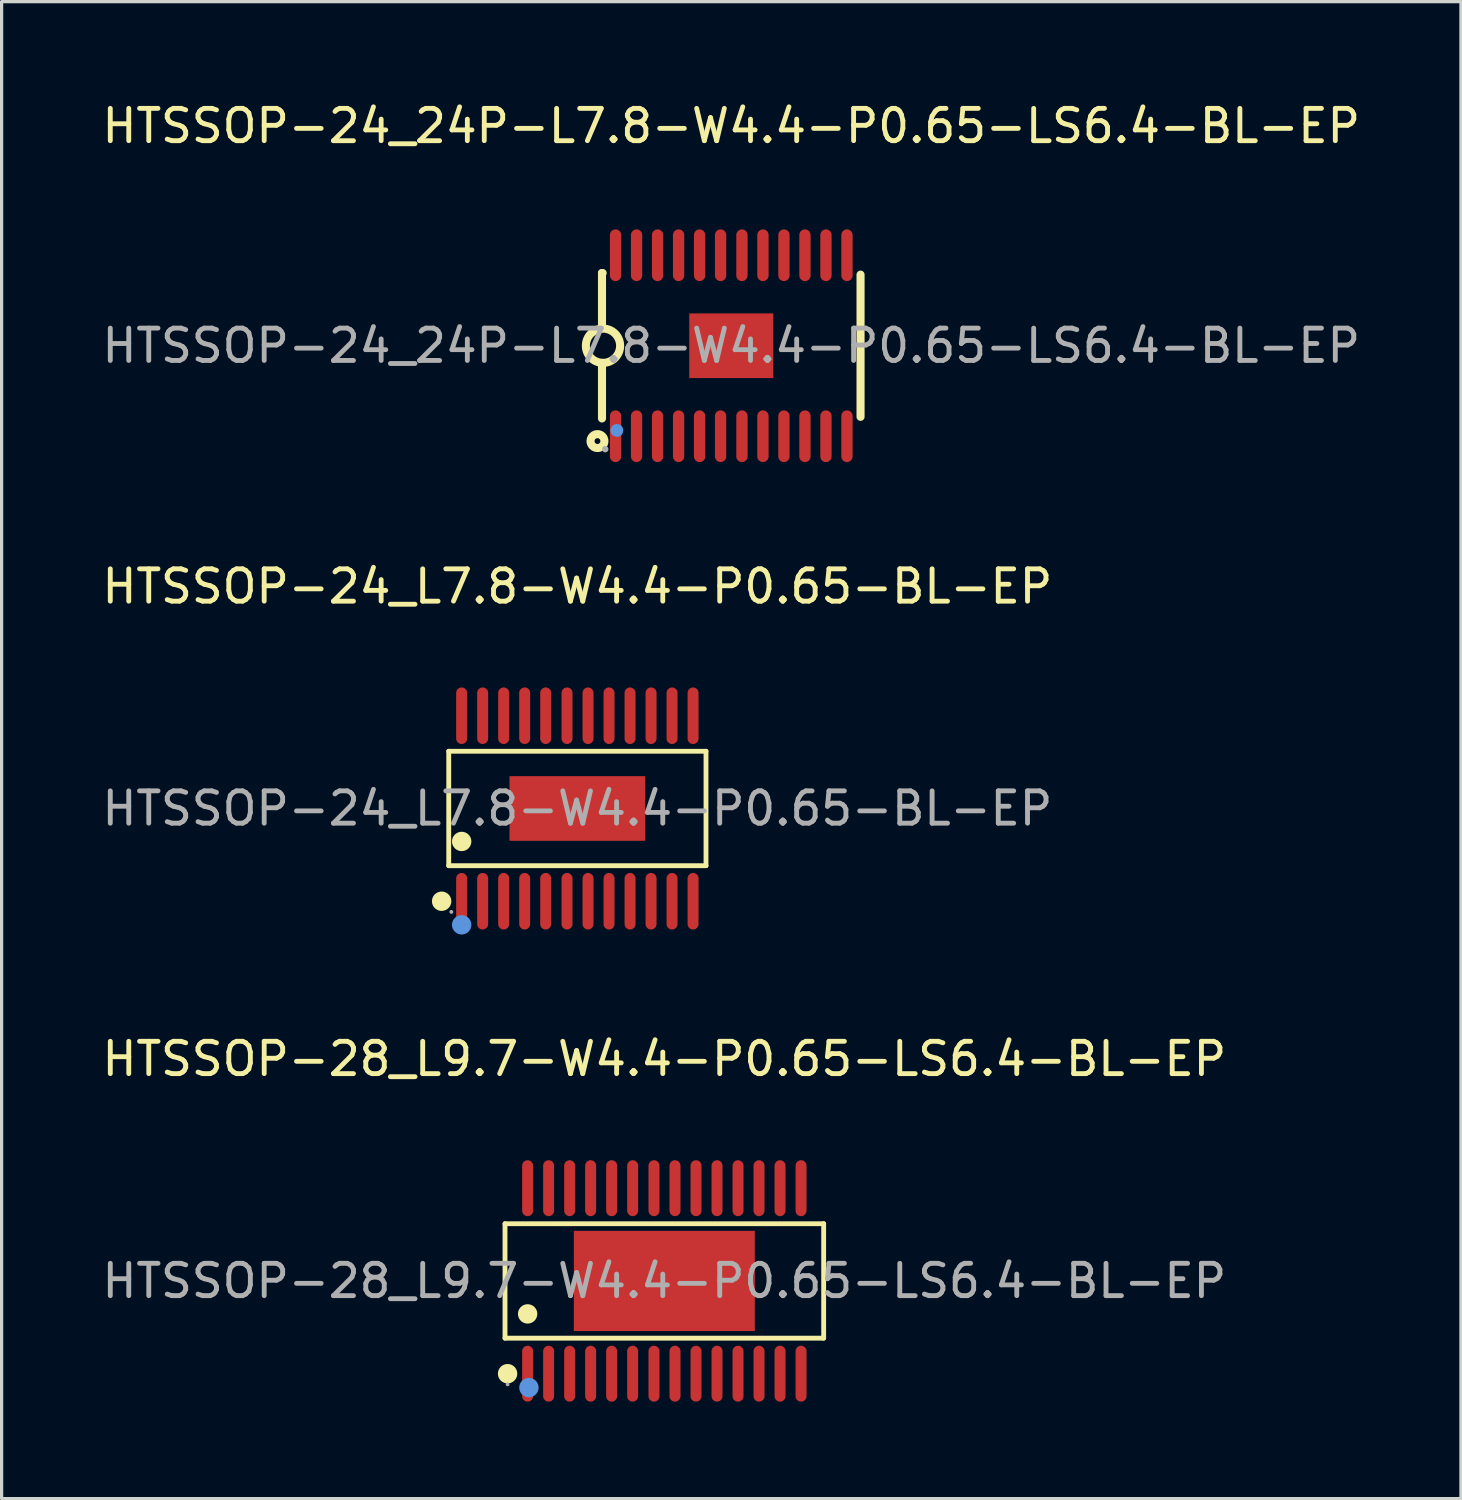
<source format=kicad_pcb>
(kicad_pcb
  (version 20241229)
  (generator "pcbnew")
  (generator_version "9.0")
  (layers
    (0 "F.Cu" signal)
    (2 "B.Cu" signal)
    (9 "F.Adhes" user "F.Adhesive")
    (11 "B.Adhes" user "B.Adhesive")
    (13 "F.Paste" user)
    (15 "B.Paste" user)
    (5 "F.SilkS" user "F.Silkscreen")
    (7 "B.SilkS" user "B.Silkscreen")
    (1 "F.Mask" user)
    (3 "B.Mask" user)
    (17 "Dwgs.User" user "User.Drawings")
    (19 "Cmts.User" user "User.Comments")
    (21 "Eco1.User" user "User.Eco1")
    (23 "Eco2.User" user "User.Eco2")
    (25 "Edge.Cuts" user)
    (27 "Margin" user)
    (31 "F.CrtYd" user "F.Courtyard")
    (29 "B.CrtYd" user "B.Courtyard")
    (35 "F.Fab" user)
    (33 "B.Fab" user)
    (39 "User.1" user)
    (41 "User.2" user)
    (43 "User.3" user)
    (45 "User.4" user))
  (footprint "HTSSOP-28_L9.7-W4.4-P0.65-LS6.4-BL-EP"
    (layer "F.Cu")
    (at 17.506 36.585)
    (property "Reference" "HTSSOP-28_L9.7-W4.4-P0.65-LS6.4-BL-EP" (at 0 -6.87 0) (layer "F.SilkS") (effects (font (size 1 1) (thickness 0.15))))
    (attr through_hole)
    (fp_line (start -4.93 -1.77) (end 4.93 -1.77) (stroke (width 0.15) (type solid)) (layer "F.SilkS"))
    (fp_line (start -4.93 1.77) (end -4.93 -1.77) (stroke (width 0.15) (type solid)) (layer "F.SilkS"))
    (fp_line (start 4.93 -1.77) (end 4.93 1.77) (stroke (width 0.15) (type solid)) (layer "F.SilkS"))
    (fp_line (start 4.93 1.77) (end -4.93 1.77) (stroke (width 0.15) (type solid)) (layer "F.SilkS"))
    (fp_circle (center -4.85 2.87) (end -4.7 2.87) (stroke (width 0.3) (type solid)) (fill no) (layer "F.SilkS"))
    (fp_circle (center -4.23 1.02) (end -4.08 1.02) (stroke (width 0.3) (type solid)) (fill no) (layer "F.SilkS"))
    (fp_circle (center -4.19 3.3) (end -4.04 3.3) (stroke (width 0.3) (type solid)) (fill no) (layer "Cmts.User"))
    (fp_circle (center -4.85 3.2) (end -4.82 3.2) (stroke (width 0.06) (type solid)) (fill no) (layer "F.Fab"))
    (fp_text user "${REFERENCE}" (at 0 0 0) (layer "F.Fab") (effects (font (size 1 1) (thickness 0.15))))
    (pad "1" smd oval (at -4.23 2.87) (size 0.34 1.73) (layers "F.Cu" "F.Mask" "F.Paste"))
    (pad "2" smd oval (at -3.58 2.87) (size 0.34 1.73) (layers "F.Cu" "F.Mask" "F.Paste"))
    (pad "3" smd oval (at -2.93 2.87) (size 0.34 1.73) (layers "F.Cu" "F.Mask" "F.Paste"))
    (pad "4" smd oval (at -2.28 2.87) (size 0.34 1.73) (layers "F.Cu" "F.Mask" "F.Paste"))
    (pad "5" smd oval (at -1.63 2.87) (size 0.34 1.73) (layers "F.Cu" "F.Mask" "F.Paste"))
    (pad "6" smd oval (at -0.98 2.87) (size 0.34 1.73) (layers "F.Cu" "F.Mask" "F.Paste"))
    (pad "7" smd oval (at -0.32 2.87) (size 0.34 1.73) (layers "F.Cu" "F.Mask" "F.Paste"))
    (pad "8" smd oval (at 0.33 2.87) (size 0.34 1.73) (layers "F.Cu" "F.Mask" "F.Paste"))
    (pad "9" smd oval (at 0.98 2.87) (size 0.34 1.73) (layers "F.Cu" "F.Mask" "F.Paste"))
    (pad "10" smd oval (at 1.63 2.87) (size 0.34 1.73) (layers "F.Cu" "F.Mask" "F.Paste"))
    (pad "11" smd oval (at 2.28 2.87) (size 0.34 1.73) (layers "F.Cu" "F.Mask" "F.Paste"))
    (pad "12" smd oval (at 2.93 2.87) (size 0.34 1.73) (layers "F.Cu" "F.Mask" "F.Paste"))
    (pad "13" smd oval (at 3.58 2.87) (size 0.34 1.73) (layers "F.Cu" "F.Mask" "F.Paste"))
    (pad "14" smd oval (at 4.23 2.87) (size 0.34 1.73) (layers "F.Cu" "F.Mask" "F.Paste"))
    (pad "15" smd oval (at 4.23 -2.87) (size 0.34 1.73) (layers "F.Cu" "F.Mask" "F.Paste"))
    (pad "16" smd oval (at 3.58 -2.87) (size 0.34 1.73) (layers "F.Cu" "F.Mask" "F.Paste"))
    (pad "17" smd oval (at 2.93 -2.87) (size 0.34 1.73) (layers "F.Cu" "F.Mask" "F.Paste"))
    (pad "18" smd oval (at 2.28 -2.87) (size 0.34 1.73) (layers "F.Cu" "F.Mask" "F.Paste"))
    (pad "19" smd oval (at 1.63 -2.87) (size 0.34 1.73) (layers "F.Cu" "F.Mask" "F.Paste"))
    (pad "20" smd oval (at 0.98 -2.87) (size 0.34 1.73) (layers "F.Cu" "F.Mask" "F.Paste"))
    (pad "21" smd oval (at 0.33 -2.87) (size 0.34 1.73) (layers "F.Cu" "F.Mask" "F.Paste"))
    (pad "22" smd oval (at -0.32 -2.87) (size 0.34 1.73) (layers "F.Cu" "F.Mask" "F.Paste"))
    (pad "23" smd oval (at -0.98 -2.87) (size 0.34 1.73) (layers "F.Cu" "F.Mask" "F.Paste"))
    (pad "24" smd oval (at -1.63 -2.87) (size 0.34 1.73) (layers "F.Cu" "F.Mask" "F.Paste"))
    (pad "25" smd oval (at -2.28 -2.87) (size 0.34 1.73) (layers "F.Cu" "F.Mask" "F.Paste"))
    (pad "26" smd oval (at -2.93 -2.87) (size 0.34 1.73) (layers "F.Cu" "F.Mask" "F.Paste"))
    (pad "27" smd oval (at -3.58 -2.87) (size 0.34 1.73) (layers "F.Cu" "F.Mask" "F.Paste"))
    (pad "28" smd oval (at -4.23 -2.87) (size 0.34 1.73) (layers "F.Cu" "F.Mask" "F.Paste"))
    (pad "29" smd rect (at 0 0) (size 5.6 3.1) (layers "F.Cu" "F.Mask" "F.Paste")))
  (footprint "HTSSOP-24_L7.8-W4.4-P0.65-BL-EP"
    (layer "F.Cu")
    (at 14.815 21.966)
    (property "Reference" "HTSSOP-24_L7.8-W4.4-P0.65-BL-EP" (at 0 -6.87 0) (layer "F.SilkS") (effects (font (size 1 1) (thickness 0.15))))
    (attr through_hole)
    (fp_line (start -3.98 -1.77) (end 3.98 -1.77) (stroke (width 0.15) (type solid)) (layer "F.SilkS"))
    (fp_line (start -3.98 1.77) (end -3.98 -1.77) (stroke (width 0.15) (type solid)) (layer "F.SilkS"))
    (fp_line (start 3.98 -1.77) (end 3.98 1.77) (stroke (width 0.15) (type solid)) (layer "F.SilkS"))
    (fp_line (start 3.98 1.77) (end -3.98 1.77) (stroke (width 0.15) (type solid)) (layer "F.SilkS"))
    (fp_circle (center -4.2 2.87) (end -4.05 2.87) (stroke (width 0.3) (type solid)) (fill no) (layer "F.SilkS"))
    (fp_circle (center -3.58 1.02) (end -3.43 1.02) (stroke (width 0.3) (type solid)) (fill no) (layer "F.SilkS"))
    (fp_circle (center -3.58 3.6) (end -3.43 3.6) (stroke (width 0.3) (type solid)) (fill no) (layer "Cmts.User"))
    (fp_circle (center -3.9 3.2) (end -3.87 3.2) (stroke (width 0.06) (type solid)) (fill no) (layer "F.Fab"))
    (fp_text user "${REFERENCE}" (at 0 0 0) (layer "F.Fab") (effects (font (size 1 1) (thickness 0.15))))
    (pad "1" smd oval (at -3.58 2.87) (size 0.34 1.75) (layers "F.Cu" "F.Mask" "F.Paste"))
    (pad "2" smd oval (at -2.93 2.87) (size 0.34 1.75) (layers "F.Cu" "F.Mask" "F.Paste"))
    (pad "3" smd oval (at -2.28 2.87) (size 0.34 1.75) (layers "F.Cu" "F.Mask" "F.Paste"))
    (pad "4" smd oval (at -1.63 2.87) (size 0.34 1.75) (layers "F.Cu" "F.Mask" "F.Paste"))
    (pad "5" smd oval (at -0.98 2.87) (size 0.34 1.75) (layers "F.Cu" "F.Mask" "F.Paste"))
    (pad "6" smd oval (at -0.32 2.87) (size 0.34 1.75) (layers "F.Cu" "F.Mask" "F.Paste"))
    (pad "7" smd oval (at 0.33 2.87) (size 0.34 1.75) (layers "F.Cu" "F.Mask" "F.Paste"))
    (pad "8" smd oval (at 0.98 2.87) (size 0.34 1.75) (layers "F.Cu" "F.Mask" "F.Paste"))
    (pad "9" smd oval (at 1.63 2.87) (size 0.34 1.75) (layers "F.Cu" "F.Mask" "F.Paste"))
    (pad "10" smd oval (at 2.28 2.87) (size 0.34 1.75) (layers "F.Cu" "F.Mask" "F.Paste"))
    (pad "11" smd oval (at 2.93 2.87) (size 0.34 1.75) (layers "F.Cu" "F.Mask" "F.Paste"))
    (pad "12" smd oval (at 3.58 2.87) (size 0.34 1.75) (layers "F.Cu" "F.Mask" "F.Paste"))
    (pad "13" smd oval (at 3.58 -2.87) (size 0.34 1.75) (layers "F.Cu" "F.Mask" "F.Paste"))
    (pad "14" smd oval (at 2.93 -2.87) (size 0.34 1.75) (layers "F.Cu" "F.Mask" "F.Paste"))
    (pad "15" smd oval (at 2.28 -2.87) (size 0.34 1.75) (layers "F.Cu" "F.Mask" "F.Paste"))
    (pad "16" smd oval (at 1.63 -2.87) (size 0.34 1.75) (layers "F.Cu" "F.Mask" "F.Paste"))
    (pad "17" smd oval (at 0.98 -2.87) (size 0.34 1.75) (layers "F.Cu" "F.Mask" "F.Paste"))
    (pad "18" smd oval (at 0.33 -2.87) (size 0.34 1.75) (layers "F.Cu" "F.Mask" "F.Paste"))
    (pad "19" smd oval (at -0.32 -2.87) (size 0.34 1.75) (layers "F.Cu" "F.Mask" "F.Paste"))
    (pad "20" smd oval (at -0.98 -2.87) (size 0.34 1.75) (layers "F.Cu" "F.Mask" "F.Paste"))
    (pad "21" smd oval (at -1.63 -2.87) (size 0.34 1.75) (layers "F.Cu" "F.Mask" "F.Paste"))
    (pad "22" smd oval (at -2.28 -2.87) (size 0.34 1.75) (layers "F.Cu" "F.Mask" "F.Paste"))
    (pad "23" smd oval (at -2.93 -2.87) (size 0.34 1.75) (layers "F.Cu" "F.Mask" "F.Paste"))
    (pad "24" smd oval (at -3.58 -2.87) (size 0.34 1.75) (layers "F.Cu" "F.Mask" "F.Paste"))
    (pad "25" smd rect (at 0 0) (size 4.2 2) (layers "F.Cu" "F.Mask" "F.Paste")))
  (footprint "HTSSOP-24_24P-L7.8-W4.4-P0.65-LS6.4-BL-EP"
    (layer "F.Cu")
    (at 19.577 7.648)
    (property "Reference" "HTSSOP-24_24P-L7.8-W4.4-P0.65-LS6.4-BL-EP" (at 0 -6.8 0) (layer "F.SilkS") (effects (font (size 1 1) (thickness 0.15))))
    (attr through_hole)
    (fp_line (start -4 -2.25) (end -3.98 -2.25) (stroke (width 0.25) (type solid)) (layer "F.SilkS"))
    (fp_line (start -4 -0.54) (end -4 -2.25) (stroke (width 0.25) (type solid)) (layer "F.SilkS"))
    (fp_line (start -4 2.25) (end -4 0.53) (stroke (width 0.25) (type solid)) (layer "F.SilkS"))
    (fp_line (start 4 -2.2) (end 4 2.2) (stroke (width 0.25) (type solid)) (layer "F.SilkS"))
    (fp_arc (start -3.97925 0.529919) (mid -3.965375 -0.52998) (end -3.97 0.53) (stroke (width 0.25) (type solid)) (layer "F.SilkS"))
    (fp_circle (center -4.14 2.95) (end -4.05 2.95) (stroke (width 0.25) (type solid)) (fill no) (layer "F.SilkS"))
    (fp_circle (center -3.54 2.62) (end -3.44 2.62) (stroke (width 0.2) (type solid)) (fill no) (layer "Cmts.User"))
    (fp_circle (center -3.9 3.2) (end -3.85 3.2) (stroke (width 0.1) (type solid)) (fill no) (layer "F.Fab"))
    (fp_text user "${REFERENCE}" (at 0 0 0) (layer "F.Fab") (effects (font (size 1 1) (thickness 0.15))))
    (pad "1" smd oval (at -3.58 2.8 180) (size 0.35 1.6) (layers "F.Cu" "F.Mask" "F.Paste"))
    (pad "2" smd oval (at -2.93 2.8 180) (size 0.35 1.6) (layers "F.Cu" "F.Mask" "F.Paste"))
    (pad "3" smd oval (at -2.28 2.8 180) (size 0.35 1.6) (layers "F.Cu" "F.Mask" "F.Paste"))
    (pad "4" smd oval (at -1.63 2.8 180) (size 0.35 1.6) (layers "F.Cu" "F.Mask" "F.Paste"))
    (pad "5" smd oval (at -0.98 2.8 180) (size 0.35 1.6) (layers "F.Cu" "F.Mask" "F.Paste"))
    (pad "6" smd oval (at -0.33 2.8 180) (size 0.35 1.6) (layers "F.Cu" "F.Mask" "F.Paste"))
    (pad "7" smd oval (at 0.33 2.8 180) (size 0.35 1.6) (layers "F.Cu" "F.Mask" "F.Paste"))
    (pad "8" smd oval (at 0.98 2.8 180) (size 0.35 1.6) (layers "F.Cu" "F.Mask" "F.Paste"))
    (pad "9" smd oval (at 1.63 2.8 180) (size 0.35 1.6) (layers "F.Cu" "F.Mask" "F.Paste"))
    (pad "10" smd oval (at 2.28 2.8 180) (size 0.35 1.6) (layers "F.Cu" "F.Mask" "F.Paste"))
    (pad "11" smd oval (at 2.93 2.8 180) (size 0.35 1.6) (layers "F.Cu" "F.Mask" "F.Paste"))
    (pad "12" smd oval (at 3.58 2.8 180) (size 0.35 1.6) (layers "F.Cu" "F.Mask" "F.Paste"))
    (pad "13" smd oval (at 3.58 -2.8 180) (size 0.35 1.6) (layers "F.Cu" "F.Mask" "F.Paste"))
    (pad "14" smd oval (at 2.93 -2.8 180) (size 0.35 1.6) (layers "F.Cu" "F.Mask" "F.Paste"))
    (pad "15" smd oval (at 2.28 -2.8 180) (size 0.35 1.6) (layers "F.Cu" "F.Mask" "F.Paste"))
    (pad "16" smd oval (at 1.63 -2.8 180) (size 0.35 1.6) (layers "F.Cu" "F.Mask" "F.Paste"))
    (pad "17" smd oval (at 0.98 -2.8 180) (size 0.35 1.6) (layers "F.Cu" "F.Mask" "F.Paste"))
    (pad "18" smd oval (at 0.33 -2.8 180) (size 0.35 1.6) (layers "F.Cu" "F.Mask" "F.Paste"))
    (pad "19" smd oval (at -0.33 -2.8 180) (size 0.35 1.6) (layers "F.Cu" "F.Mask" "F.Paste"))
    (pad "20" smd oval (at -0.98 -2.8 180) (size 0.35 1.6) (layers "F.Cu" "F.Mask" "F.Paste"))
    (pad "21" smd oval (at -1.63 -2.8 180) (size 0.35 1.6) (layers "F.Cu" "F.Mask" "F.Paste"))
    (pad "22" smd oval (at -2.28 -2.8 180) (size 0.35 1.6) (layers "F.Cu" "F.Mask" "F.Paste"))
    (pad "23" smd oval (at -2.93 -2.8 180) (size 0.35 1.6) (layers "F.Cu" "F.Mask" "F.Paste"))
    (pad "24" smd oval (at -3.58 -2.8 180) (size 0.35 1.6) (layers "F.Cu" "F.Mask" "F.Paste"))
    (pad "25" smd rect (at 0 0 180) (size 2.6 2) (layers "F.Cu" "F.Mask" "F.Paste")))
  (gr_rect
    (start -3 -3)
    (end 42.155 43.32)
    (stroke (width 0.1) (type default))
    (fill no)
    (layer "Edge.Cuts")))
</source>
